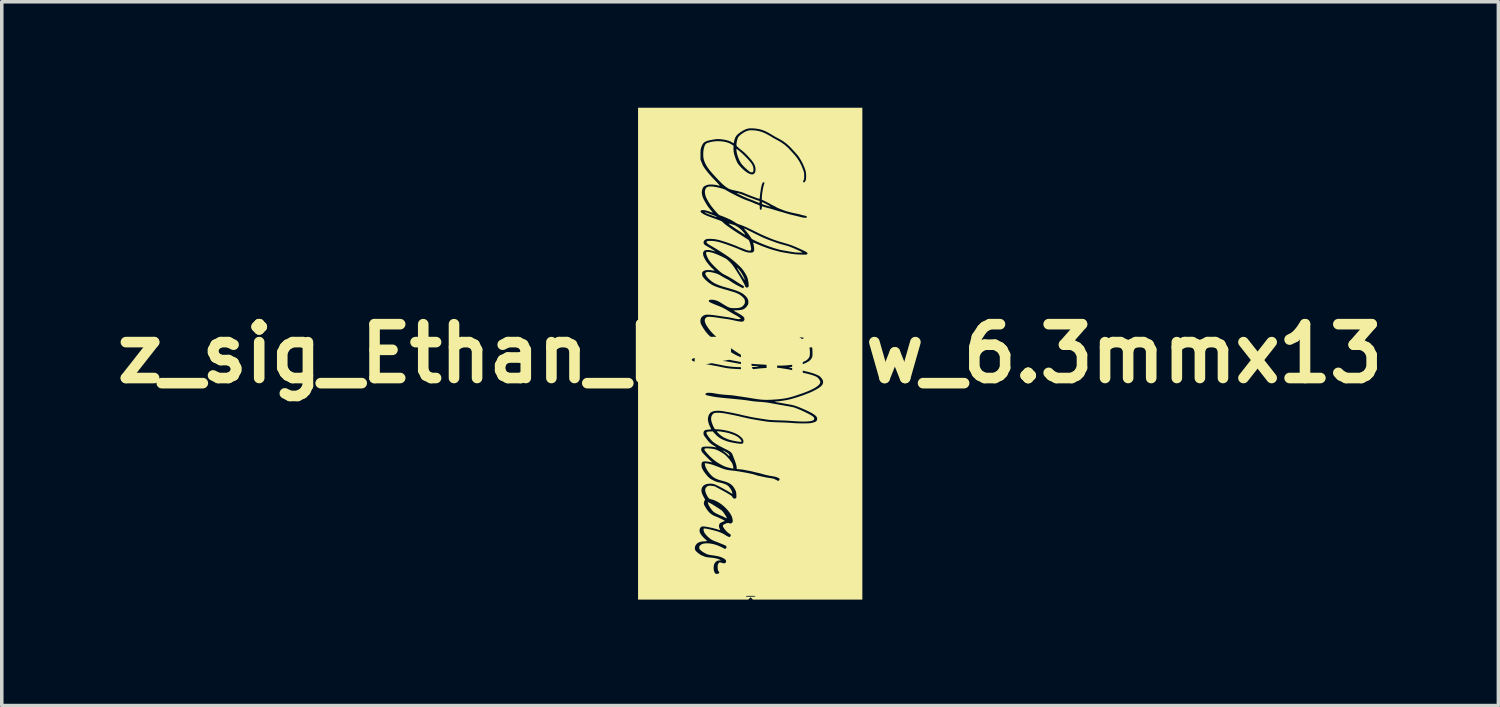
<source format=kicad_pcb>
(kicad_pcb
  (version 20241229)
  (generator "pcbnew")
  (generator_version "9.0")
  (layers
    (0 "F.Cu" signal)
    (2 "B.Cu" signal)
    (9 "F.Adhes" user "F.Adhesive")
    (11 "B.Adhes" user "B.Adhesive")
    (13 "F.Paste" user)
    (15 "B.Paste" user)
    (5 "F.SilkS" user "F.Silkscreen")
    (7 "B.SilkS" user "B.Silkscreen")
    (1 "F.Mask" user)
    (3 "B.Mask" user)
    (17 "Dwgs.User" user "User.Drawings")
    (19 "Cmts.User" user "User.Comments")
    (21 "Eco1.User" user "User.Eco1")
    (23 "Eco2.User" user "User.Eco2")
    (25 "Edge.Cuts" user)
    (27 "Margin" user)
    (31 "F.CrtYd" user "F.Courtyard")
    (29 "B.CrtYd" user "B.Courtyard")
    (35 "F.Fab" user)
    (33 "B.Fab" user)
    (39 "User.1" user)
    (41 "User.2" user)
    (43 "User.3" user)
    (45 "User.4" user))
  (footprint "z_sig_Ethan_Medrow_6.3mmx13"
    (layer "F.Cu")
    (at 18.186 6.963)
    (property "Reference" "z_sig_Ethan_Medrow_6.3mmx13" (at 0 0 0) (layer "F.SilkS") (effects (font (size 1.524 1.524) (thickness 0.3))))
    (attr board_only exclude_from_pos_files exclude_from_bom)
    (fp_poly (pts (xy 0.02 6.958) (xy 0.019 6.963) (xy 0.015 6.963) (xy 0.009 6.96) (xy 0.01 6.958) (xy 0.019 6.957)) (stroke (width 0) (type solid)) (fill yes) (layer "F.SilkS"))
    (fp_poly (pts (xy -0.767 2.743) (xy -0.764 2.744) (xy -0.74 2.753) (xy -0.711 2.769) (xy -0.678 2.788) (xy -0.647 2.808) (xy -0.62 2.828) (xy -0.602 2.844) (xy -0.598 2.849) (xy -0.587 2.871) (xy -0.583 2.888) (xy -0.586 2.898) (xy -0.589 2.899) (xy -0.597 2.894) (xy -0.612 2.88) (xy -0.631 2.862) (xy -0.632 2.86) (xy -0.659 2.836) (xy -0.69 2.809) (xy -0.719 2.787) (xy -0.749 2.766) (xy -0.768 2.751) (xy -0.776 2.744) (xy -0.776 2.741)) (stroke (width 0) (type solid)) (fill yes) (layer "F.SilkS"))
    (fp_poly (pts (xy -1.261 -3.999) (xy -1.235 -3.992) (xy -1.204 -3.982) (xy -1.186 -3.975) (xy -1.144 -3.959) (xy -1.097 -3.941) (xy -1.054 -3.925) (xy -1.037 -3.919) (xy -1.005 -3.907) (xy -0.977 -3.895) (xy -0.957 -3.885) (xy -0.95 -3.881) (xy -0.942 -3.872) (xy -0.944 -3.869) (xy -0.958 -3.871) (xy -0.985 -3.879) (xy -1.018 -3.89) (xy -1.064 -3.906) (xy -1.112 -3.923) (xy -1.158 -3.941) (xy -1.2 -3.958) (xy -1.235 -3.972) (xy -1.259 -3.983) (xy -1.264 -3.985) (xy -1.281 -3.996) (xy -1.285 -4.001) (xy -1.278 -4.002)) (stroke (width 0) (type solid)) (fill yes) (layer "F.SilkS"))
    (fp_poly (pts (xy -0.362 -2.431) (xy -0.348 -2.419) (xy -0.33 -2.399) (xy -0.31 -2.376) (xy -0.29 -2.351) (xy -0.272 -2.328) (xy -0.261 -2.312) (xy -0.232 -2.265) (xy -0.206 -2.22) (xy -0.184 -2.178) (xy -0.168 -2.143) (xy -0.157 -2.115) (xy -0.153 -2.096) (xy -0.155 -2.091) (xy -0.16 -2.094) (xy -0.169 -2.105) (xy -0.176 -2.118) (xy -0.191 -2.14) (xy -0.21 -2.17) (xy -0.232 -2.205) (xy -0.247 -2.229) (xy -0.287 -2.291) (xy -0.319 -2.342) (xy -0.343 -2.383) (xy -0.359 -2.412) (xy -0.368 -2.429) (xy -0.368 -2.434)) (stroke (width 0) (type solid)) (fill yes) (layer "F.SilkS"))
    (fp_poly (pts (xy 0.352 -4.288) (xy 0.373 -4.278) (xy 0.402 -4.265) (xy 0.436 -4.248) (xy 0.471 -4.229) (xy 0.505 -4.211) (xy 0.534 -4.194) (xy 0.557 -4.181) (xy 0.57 -4.172) (xy 0.572 -4.17) (xy 0.574 -4.166) (xy 0.571 -4.164) (xy 0.561 -4.166) (xy 0.542 -4.171) (xy 0.511 -4.179) (xy 0.511 -4.18) (xy 0.476 -4.19) (xy 0.436 -4.202) (xy 0.398 -4.215) (xy 0.397 -4.215) (xy 0.368 -4.225) (xy 0.35 -4.233) (xy 0.34 -4.24) (xy 0.336 -4.25) (xy 0.334 -4.263) (xy 0.335 -4.283) (xy 0.34 -4.291) (xy 0.341 -4.291)) (stroke (width 0) (type solid)) (fill yes) (layer "F.SilkS"))
    (fp_poly (pts (xy -0.588 -3.681) (xy -0.56 -3.674) (xy -0.54 -3.668) (xy -0.507 -3.658) (xy -0.475 -3.649) (xy -0.451 -3.642) (xy -0.449 -3.641) (xy -0.421 -3.63) (xy -0.386 -3.61) (xy -0.347 -3.585) (xy -0.307 -3.556) (xy -0.269 -3.526) (xy -0.238 -3.496) (xy -0.238 -3.496) (xy -0.205 -3.461) (xy -0.177 -3.429) (xy -0.156 -3.402) (xy -0.142 -3.382) (xy -0.137 -3.37) (xy -0.137 -3.369) (xy -0.144 -3.37) (xy -0.161 -3.378) (xy -0.184 -3.392) (xy -0.201 -3.402) (xy -0.233 -3.424) (xy -0.273 -3.449) (xy -0.313 -3.476) (xy -0.337 -3.491) (xy -0.376 -3.517) (xy -0.423 -3.549) (xy -0.473 -3.583) (xy -0.522 -3.617) (xy -0.566 -3.647) (xy -0.59 -3.665) (xy -0.603 -3.676) (xy -0.603 -3.681)) (stroke (width 0) (type solid)) (fill yes) (layer "F.SilkS"))
    (fp_poly (pts (xy -0.882 2.2) (xy -0.844 2.204) (xy -0.801 2.21) (xy -0.753 2.218) (xy -0.705 2.227) (xy -0.657 2.237) (xy -0.613 2.248) (xy -0.597 2.252) (xy -0.539 2.27) (xy -0.482 2.29) (xy -0.431 2.311) (xy -0.389 2.332) (xy -0.371 2.342) (xy -0.334 2.369) (xy -0.3 2.398) (xy -0.272 2.428) (xy -0.252 2.456) (xy -0.243 2.48) (xy -0.242 2.486) (xy -0.249 2.494) (xy -0.27 2.497) (xy -0.304 2.495) (xy -0.348 2.489) (xy -0.435 2.473) (xy -0.51 2.457) (xy -0.575 2.44) (xy -0.634 2.42) (xy -0.688 2.398) (xy -0.741 2.373) (xy -0.768 2.358) (xy -0.791 2.343) (xy -0.818 2.323) (xy -0.848 2.299) (xy -0.877 2.273) (xy -0.902 2.249) (xy -0.923 2.227) (xy -0.936 2.211) (xy -0.938 2.204) (xy -0.931 2.2) (xy -0.912 2.199)) (stroke (width 0) (type solid)) (fill yes) (layer "F.SilkS"))
    (fp_poly (pts (xy -0.356 -4.546) (xy -0.327 -4.539) (xy -0.291 -4.528) (xy -0.252 -4.516) (xy -0.212 -4.501) (xy -0.175 -4.487) (xy -0.155 -4.479) (xy -0.12 -4.464) (xy -0.078 -4.447) (xy -0.035 -4.43) (xy -0.019 -4.424) (xy 0.017 -4.411) (xy 0.053 -4.398) (xy 0.083 -4.387) (xy 0.095 -4.382) (xy 0.119 -4.372) (xy 0.153 -4.36) (xy 0.189 -4.348) (xy 0.202 -4.344) (xy 0.272 -4.321) (xy 0.272 -4.295) (xy 0.27 -4.276) (xy 0.263 -4.269) (xy 0.263 -4.269) (xy 0.252 -4.272) (xy 0.231 -4.279) (xy 0.204 -4.29) (xy 0.189 -4.296) (xy 0.16 -4.308) (xy 0.121 -4.324) (xy 0.076 -4.342) (xy 0.028 -4.36) (xy -0.008 -4.374) (xy -0.062 -4.395) (xy -0.116 -4.417) (xy -0.169 -4.44) (xy -0.219 -4.462) (xy -0.265 -4.484) (xy -0.305 -4.503) (xy -0.338 -4.52) (xy -0.362 -4.533) (xy -0.375 -4.543) (xy -0.377 -4.548) (xy -0.374 -4.549)) (stroke (width 0) (type solid)) (fill yes) (layer "F.SilkS"))
    (fp_poly (pts (xy -0.372 -5.792) (xy -0.352 -5.778) (xy -0.324 -5.756) (xy -0.29 -5.728) (xy -0.253 -5.696) (xy -0.214 -5.66) (xy -0.174 -5.622) (xy -0.135 -5.584) (xy -0.126 -5.575) (xy -0.067 -5.514) (xy -0.02 -5.461) (xy 0.019 -5.415) (xy 0.048 -5.374) (xy 0.069 -5.336) (xy 0.084 -5.3) (xy 0.092 -5.265) (xy 0.096 -5.23) (xy 0.096 -5.189) (xy 0.092 -5.161) (xy 0.081 -5.144) (xy 0.064 -5.135) (xy 0.053 -5.133) (xy 0.021 -5.138) (xy -0.007 -5.15) (xy -0.03 -5.167) (xy -0.061 -5.192) (xy -0.097 -5.223) (xy -0.134 -5.257) (xy -0.171 -5.293) (xy -0.203 -5.327) (xy -0.229 -5.357) (xy -0.254 -5.39) (xy -0.276 -5.424) (xy -0.297 -5.462) (xy -0.316 -5.506) (xy -0.337 -5.559) (xy -0.359 -5.624) (xy -0.36 -5.627) (xy -0.368 -5.655) (xy -0.375 -5.687) (xy -0.381 -5.72) (xy -0.385 -5.751) (xy -0.387 -5.776) (xy -0.386 -5.793) (xy -0.383 -5.797)) (stroke (width 0) (type solid)) (fill yes) (layer "F.SilkS"))
    (fp_poly (pts (xy -1.197 2.681) (xy -1.174 2.683) (xy -1.104 2.688) (xy -1.046 2.696) (xy -0.995 2.707) (xy -0.948 2.723) (xy -0.901 2.744) (xy -0.859 2.766) (xy -0.821 2.788) (xy -0.783 2.811) (xy -0.75 2.833) (xy -0.726 2.85) (xy -0.726 2.85) (xy -0.685 2.885) (xy -0.64 2.931) (xy -0.594 2.982) (xy -0.551 3.038) (xy -0.54 3.052) (xy -0.518 3.085) (xy -0.502 3.113) (xy -0.492 3.141) (xy -0.483 3.173) (xy -0.475 3.212) (xy -0.473 3.237) (xy -0.475 3.251) (xy -0.482 3.254) (xy -0.492 3.252) (xy -0.513 3.248) (xy -0.541 3.242) (xy -0.556 3.239) (xy -0.611 3.226) (xy -0.658 3.213) (xy -0.702 3.199) (xy -0.745 3.181) (xy -0.79 3.159) (xy -0.841 3.131) (xy -0.9 3.096) (xy -0.916 3.086) (xy -0.972 3.048) (xy -1.032 3.002) (xy -1.093 2.949) (xy -1.151 2.893) (xy -1.167 2.876) (xy -1.214 2.825) (xy -1.251 2.783) (xy -1.276 2.749) (xy -1.291 2.723) (xy -1.294 2.705) (xy -1.286 2.692) (xy -1.267 2.684) (xy -1.238 2.681)) (stroke (width 0) (type solid)) (fill yes) (layer "F.SilkS"))
    (fp_poly (pts (xy -1.183 4.208) (xy -1.163 4.216) (xy -1.135 4.23) (xy -1.1 4.249) (xy -1.061 4.272) (xy -1.019 4.297) (xy -0.982 4.321) (xy -0.926 4.356) (xy -0.882 4.385) (xy -0.848 4.408) (xy -0.823 4.425) (xy -0.806 4.437) (xy -0.794 4.446) (xy -0.787 4.452) (xy -0.784 4.456) (xy -0.774 4.47) (xy -0.764 4.481) (xy -0.753 4.494) (xy -0.738 4.516) (xy -0.721 4.542) (xy -0.718 4.546) (xy -0.702 4.572) (xy -0.687 4.594) (xy -0.678 4.608) (xy -0.677 4.609) (xy -0.669 4.623) (xy -0.663 4.64) (xy -0.66 4.655) (xy -0.662 4.662) (xy -0.663 4.662) (xy -0.673 4.658) (xy -0.692 4.649) (xy -0.717 4.636) (xy -0.727 4.631) (xy -0.76 4.614) (xy -0.796 4.597) (xy -0.827 4.584) (xy -0.829 4.583) (xy -0.864 4.569) (xy -0.903 4.551) (xy -0.943 4.531) (xy -0.98 4.512) (xy -1.009 4.495) (xy -1.026 4.484) (xy -1.05 4.461) (xy -1.077 4.432) (xy -1.103 4.397) (xy -1.129 4.36) (xy -1.152 4.322) (xy -1.172 4.286) (xy -1.186 4.254) (xy -1.194 4.228) (xy -1.194 4.211) (xy -1.192 4.207)) (stroke (width 0) (type solid)) (fill yes) (layer "F.SilkS"))
    (fp_poly (pts (xy -1.164 0.162) (xy -1.103 0.166) (xy -1.038 0.171) (xy -0.967 0.178) (xy -0.888 0.188) (xy -0.798 0.201) (xy -0.696 0.216) (xy -0.64 0.224) (xy -0.612 0.229) (xy -0.572 0.236) (xy -0.523 0.245) (xy -0.467 0.255) (xy -0.409 0.266) (xy -0.352 0.277) (xy -0.252 0.296) (xy -0.165 0.312) (xy -0.088 0.325) (xy -0.021 0.335) (xy 0.039 0.343) (xy 0.094 0.349) (xy 0.14 0.352) (xy 0.187 0.355) (xy 0.219 0.359) (xy 0.236 0.362) (xy 0.24 0.365) (xy 0.231 0.368) (xy 0.208 0.371) (xy 0.173 0.374) (xy 0.125 0.377) (xy 0.066 0.379) (xy -0.004 0.38) (xy -0.064 0.381) (xy -0.125 0.382) (xy -0.183 0.382) (xy -0.237 0.382) (xy -0.283 0.382) (xy -0.32 0.382) (xy -0.345 0.381) (xy -0.348 0.381) (xy -0.435 0.376) (xy -0.513 0.37) (xy -0.586 0.362) (xy -0.659 0.352) (xy -0.737 0.338) (xy -0.824 0.321) (xy -0.836 0.318) (xy -0.877 0.31) (xy -0.928 0.3) (xy -0.986 0.289) (xy -1.046 0.277) (xy -1.104 0.266) (xy -1.113 0.265) (xy -1.166 0.255) (xy -1.218 0.245) (xy -1.266 0.236) (xy -1.307 0.228) (xy -1.336 0.221) (xy -1.343 0.22) (xy -1.38 0.211) (xy -1.418 0.203) (xy -1.45 0.196) (xy -1.451 0.196) (xy -1.481 0.189) (xy -1.496 0.182) (xy -1.497 0.176) (xy -1.488 0.172) (xy -1.478 0.17) (xy -1.454 0.168) (xy -1.421 0.166) (xy -1.381 0.164) (xy -1.339 0.162) (xy -1.28 0.161) (xy -1.222 0.161)) (stroke (width 0) (type solid)) (fill yes) (layer "F.SilkS"))
    (fp_poly (pts (xy -0.164 -3.545) (xy -0.145 -3.536) (xy -0.115 -3.523) (xy -0.076 -3.504) (xy -0.029 -3.481) (xy 0.023 -3.456) (xy 0.08 -3.427) (xy 0.084 -3.425) (xy 0.165 -3.384) (xy 0.236 -3.35) (xy 0.298 -3.32) (xy 0.355 -3.293) (xy 0.41 -3.269) (xy 0.464 -3.247) (xy 0.522 -3.224) (xy 0.584 -3.201) (xy 0.655 -3.175) (xy 0.666 -3.171) (xy 0.716 -3.153) (xy 0.762 -3.137) (xy 0.807 -3.122) (xy 0.853 -3.108) (xy 0.904 -3.093) (xy 0.963 -3.077) (xy 1.033 -3.058) (xy 1.051 -3.053) (xy 1.075 -3.046) (xy 1.107 -3.034) (xy 1.147 -3.019) (xy 1.192 -3.001) (xy 1.24 -2.981) (xy 1.288 -2.96) (xy 1.335 -2.94) (xy 1.379 -2.92) (xy 1.418 -2.902) (xy 1.45 -2.887) (xy 1.472 -2.875) (xy 1.483 -2.868) (xy 1.483 -2.867) (xy 1.476 -2.865) (xy 1.457 -2.863) (xy 1.43 -2.862) (xy 1.397 -2.862) (xy 1.361 -2.863) (xy 1.326 -2.864) (xy 1.296 -2.865) (xy 1.283 -2.866) (xy 1.273 -2.867) (xy 1.259 -2.869) (xy 1.239 -2.872) (xy 1.213 -2.876) (xy 1.18 -2.882) (xy 1.137 -2.889) (xy 1.083 -2.898) (xy 1.017 -2.91) (xy 0.938 -2.923) (xy 0.927 -2.925) (xy 0.848 -2.941) (xy 0.759 -2.965) (xy 0.662 -2.994) (xy 0.559 -3.028) (xy 0.454 -3.066) (xy 0.349 -3.107) (xy 0.246 -3.151) (xy 0.149 -3.196) (xy 0.113 -3.214) (xy 0.08 -3.231) (xy 0.057 -3.245) (xy 0.042 -3.259) (xy 0.03 -3.276) (xy 0.028 -3.279) (xy 0.012 -3.304) (xy -0.011 -3.337) (xy -0.039 -3.376) (xy -0.069 -3.415) (xy -0.099 -3.453) (xy -0.125 -3.486) (xy -0.14 -3.503) (xy -0.157 -3.523) (xy -0.168 -3.539) (xy -0.172 -3.547) (xy -0.172 -3.547)) (stroke (width 0) (type solid)) (fill yes) (layer "F.SilkS"))
    (fp_poly (pts (xy 3.179 6.963) (xy 0.08 6.963) (xy 0.015 6.899) (xy -0.017 6.931) (xy -0.05 6.963) (xy -3.171 6.963) (xy -3.171 6.868) (xy -0.121 6.868) (xy -0.119 6.873) (xy -0.112 6.876) (xy -0.098 6.878) (xy -0.075 6.879) (xy -0.041 6.88) (xy 0.006 6.88) (xy 0.015 6.88) (xy 0.064 6.88) (xy 0.1 6.879) (xy 0.125 6.878) (xy 0.141 6.876) (xy 0.149 6.873) (xy 0.151 6.869) (xy 0.151 6.868) (xy 0.149 6.864) (xy 0.142 6.861) (xy 0.128 6.859) (xy 0.105 6.858) (xy 0.071 6.857) (xy 0.024 6.857) (xy 0.015 6.857) (xy -0.034 6.857) (xy -0.07 6.858) (xy -0.095 6.859) (xy -0.11 6.861) (xy -0.118 6.864) (xy -0.121 6.868) (xy -0.121 6.868) (xy -3.171 6.868) (xy -3.171 0.174) (xy -1.65 0.174) (xy -1.646 0.188) (xy -1.633 0.2) (xy -1.608 0.212) (xy -1.596 0.216) (xy -1.567 0.225) (xy -1.524 0.237) (xy -1.468 0.25) (xy -1.402 0.264) (xy -1.326 0.28) (xy -1.242 0.297) (xy -1.151 0.315) (xy -1.054 0.333) (xy -0.969 0.348) (xy -0.926 0.356) (xy -0.881 0.365) (xy -0.84 0.374) (xy -0.825 0.377) (xy -0.765 0.39) (xy -0.708 0.401) (xy -0.651 0.411) (xy -0.591 0.418) (xy -0.526 0.425) (xy -0.453 0.43) (xy -0.371 0.435) (xy -0.276 0.439) (xy -0.261 0.439) (xy -0.186 0.442) (xy -0.123 0.444) (xy -0.069 0.445) (xy -0.021 0.444) (xy 0.025 0.443) (xy 0.072 0.44) (xy 0.123 0.435) (xy 0.181 0.429) (xy 0.235 0.423) (xy 0.291 0.417) (xy 0.355 0.412) (xy 0.423 0.408) (xy 0.493 0.404) (xy 0.563 0.402) (xy 0.631 0.4) (xy 0.694 0.399) (xy 0.749 0.4) (xy 0.796 0.401) (xy 0.83 0.404) (xy 0.84 0.405) (xy 0.869 0.41) (xy 0.908 0.416) (xy 0.953 0.423) (xy 0.999 0.43) (xy 1.01 0.432) (xy 1.062 0.44) (xy 1.119 0.451) (xy 1.176 0.463) (xy 1.224 0.475) (xy 1.226 0.475) (xy 1.268 0.486) (xy 1.31 0.496) (xy 1.347 0.505) (xy 1.374 0.511) (xy 1.376 0.512) (xy 1.402 0.518) (xy 1.421 0.523) (xy 1.429 0.525) (xy 1.438 0.528) (xy 1.459 0.533) (xy 1.489 0.539) (xy 1.527 0.547) (xy 1.55 0.552) (xy 1.624 0.569) (xy 1.697 0.588) (xy 1.766 0.609) (xy 1.826 0.631) (xy 1.867 0.648) (xy 1.911 0.676) (xy 1.949 0.716) (xy 1.977 0.761) (xy 1.987 0.783) (xy 1.989 0.8) (xy 1.985 0.819) (xy 1.984 0.824) (xy 1.972 0.854) (xy 1.951 0.881) (xy 1.921 0.909) (xy 1.881 0.938) (xy 1.839 0.966) (xy 1.793 0.992) (xy 1.744 1.017) (xy 1.69 1.042) (xy 1.628 1.068) (xy 1.557 1.096) (xy 1.475 1.126) (xy 1.38 1.158) (xy 1.366 1.163) (xy 1.271 1.195) (xy 1.185 1.221) (xy 1.106 1.242) (xy 1.03 1.259) (xy 0.954 1.272) (xy 0.873 1.283) (xy 0.784 1.292) (xy 0.7 1.298) (xy 0.612 1.304) (xy 0.534 1.307) (xy 0.462 1.308) (xy 0.394 1.306) (xy 0.325 1.302) (xy 0.254 1.294) (xy 0.177 1.284) (xy 0.09 1.27) (xy 0.03 1.26) (xy 0.005 1.255) (xy -0.032 1.249) (xy -0.079 1.242) (xy -0.132 1.234) (xy -0.189 1.226) (xy -0.238 1.218) (xy -0.293 1.21) (xy -0.344 1.203) (xy -0.388 1.196) (xy -0.424 1.191) (xy -0.449 1.187) (xy -0.462 1.185) (xy -0.462 1.185) (xy -0.475 1.183) (xy -0.501 1.18) (xy -0.536 1.177) (xy -0.579 1.174) (xy -0.626 1.17) (xy -0.632 1.17) (xy -0.708 1.164) (xy -0.772 1.158) (xy -0.828 1.152) (xy -0.88 1.145) (xy -0.931 1.137) (xy -0.986 1.128) (xy -0.991 1.127) (xy -1.067 1.114) (xy -1.132 1.108) (xy -1.184 1.107) (xy -1.223 1.112) (xy -1.249 1.123) (xy -1.262 1.139) (xy -1.262 1.143) (xy -1.262 1.154) (xy -1.258 1.162) (xy -1.248 1.17) (xy -1.229 1.177) (xy -1.202 1.184) (xy -1.162 1.193) (xy -1.114 1.203) (xy -1.064 1.213) (xy -1.013 1.222) (xy -0.96 1.23) (xy -0.902 1.237) (xy -0.836 1.245) (xy -0.761 1.252) (xy -0.674 1.261) (xy -0.64 1.264) (xy -0.503 1.277) (xy -0.379 1.289) (xy -0.27 1.3) (xy -0.174 1.311) (xy -0.093 1.321) (xy -0.026 1.331) (xy 0.007 1.336) (xy 0.06 1.344) (xy 0.123 1.352) (xy 0.188 1.358) (xy 0.252 1.363) (xy 0.257 1.363) (xy 0.336 1.368) (xy 0.406 1.375) (xy 0.473 1.383) (xy 0.545 1.394) (xy 0.598 1.403) (xy 0.661 1.415) (xy 0.734 1.428) (xy 0.815 1.443) (xy 0.9 1.458) (xy 0.985 1.473) (xy 1.028 1.48) (xy 1.077 1.489) (xy 1.125 1.498) (xy 1.168 1.506) (xy 1.203 1.513) (xy 1.225 1.518) (xy 1.262 1.529) (xy 1.308 1.546) (xy 1.361 1.567) (xy 1.419 1.591) (xy 1.479 1.618) (xy 1.54 1.646) (xy 1.599 1.675) (xy 1.653 1.703) (xy 1.702 1.729) (xy 1.741 1.752) (xy 1.77 1.772) (xy 1.781 1.781) (xy 1.801 1.8) (xy 1.812 1.814) (xy 1.815 1.828) (xy 1.815 1.844) (xy 1.811 1.864) (xy 1.802 1.877) (xy 1.783 1.889) (xy 1.752 1.901) (xy 1.707 1.911) (xy 1.649 1.917) (xy 1.579 1.921) (xy 1.498 1.922) (xy 1.408 1.92) (xy 1.309 1.915) (xy 1.202 1.908) (xy 1.197 1.907) (xy 1.134 1.903) (xy 1.062 1.898) (xy 0.985 1.894) (xy 0.91 1.891) (xy 0.842 1.889) (xy 0.83 1.888) (xy 0.772 1.887) (xy 0.714 1.885) (xy 0.659 1.882) (xy 0.61 1.88) (xy 0.572 1.877) (xy 0.556 1.876) (xy 0.526 1.873) (xy 0.485 1.867) (xy 0.435 1.86) (xy 0.378 1.851) (xy 0.317 1.842) (xy 0.255 1.832) (xy 0.193 1.822) (xy 0.134 1.812) (xy 0.08 1.803) (xy 0.035 1.794) (xy -0.001 1.787) (xy -0.023 1.782) (xy -0.048 1.776) (xy -0.083 1.768) (xy -0.122 1.76) (xy -0.144 1.756) (xy -0.184 1.747) (xy -0.225 1.738) (xy -0.262 1.729) (xy -0.276 1.725) (xy -0.308 1.717) (xy -0.352 1.707) (xy -0.405 1.696) (xy -0.465 1.684) (xy -0.528 1.671) (xy -0.592 1.659) (xy -0.654 1.648) (xy -0.711 1.638) (xy -0.76 1.629) (xy -0.798 1.624) (xy -0.803 1.623) (xy -0.892 1.616) (xy -0.97 1.618) (xy -1.037 1.63) (xy -1.091 1.651) (xy -1.127 1.677) (xy -1.156 1.715) (xy -1.178 1.763) (xy -1.191 1.818) (xy -1.193 1.839) (xy -1.192 1.887) (xy -1.181 1.942) (xy -1.162 2.002) (xy -1.137 2.062) (xy -1.127 2.081) (xy -1.114 2.107) (xy -1.105 2.128) (xy -1.102 2.14) (xy -1.102 2.141) (xy -1.111 2.144) (xy -1.131 2.146) (xy -1.16 2.149) (xy -1.181 2.15) (xy -1.232 2.156) (xy -1.269 2.166) (xy -1.295 2.182) (xy -1.311 2.206) (xy -1.318 2.238) (xy -1.318 2.255) (xy -1.317 2.278) (xy -1.313 2.298) (xy -1.304 2.317) (xy -1.288 2.341) (xy -1.27 2.364) (xy -1.25 2.39) (xy -1.226 2.422) (xy -1.203 2.452) (xy -1.202 2.454) (xy -1.154 2.51) (xy -1.095 2.56) (xy -1.023 2.607) (xy -1.02 2.609) (xy -0.991 2.627) (xy -0.971 2.642) (xy -0.961 2.651) (xy -0.962 2.656) (xy -0.974 2.654) (xy -1.019 2.643) (xy -1.069 2.636) (xy -1.128 2.632) (xy -1.199 2.631) (xy -1.2 2.631) (xy -1.254 2.631) (xy -1.295 2.633) (xy -1.326 2.637) (xy -1.347 2.644) (xy -1.362 2.654) (xy -1.372 2.668) (xy -1.377 2.68) (xy -1.383 2.702) (xy -1.384 2.722) (xy -1.38 2.743) (xy -1.37 2.765) (xy -1.353 2.792) (xy -1.327 2.823) (xy -1.292 2.861) (xy -1.247 2.908) (xy -1.237 2.919) (xy -1.201 2.955) (xy -1.167 2.988) (xy -1.137 3.017) (xy -1.114 3.04) (xy -1.098 3.054) (xy -1.094 3.057) (xy -1.081 3.068) (xy -1.075 3.075) (xy -1.075 3.076) (xy -1.084 3.076) (xy -1.103 3.073) (xy -1.13 3.067) (xy -1.143 3.065) (xy -1.187 3.057) (xy -1.232 3.052) (xy -1.274 3.05) (xy -1.309 3.052) (xy -1.336 3.057) (xy -1.345 3.061) (xy -1.363 3.083) (xy -1.373 3.116) (xy -1.376 3.159) (xy -1.375 3.176) (xy -1.368 3.214) (xy -1.355 3.253) (xy -1.334 3.295) (xy -1.305 3.341) (xy -1.265 3.395) (xy -1.241 3.425) (xy -1.202 3.471) (xy -1.166 3.507) (xy -1.129 3.537) (xy -1.087 3.564) (xy -1.036 3.59) (xy -0.994 3.61) (xy -0.959 3.625) (xy -0.926 3.635) (xy -0.89 3.644) (xy -0.862 3.649) (xy -0.8 3.663) (xy -0.741 3.681) (xy -0.688 3.702) (xy -0.645 3.726) (xy -0.614 3.75) (xy -0.612 3.752) (xy -0.571 3.801) (xy -0.538 3.851) (xy -0.516 3.898) (xy -0.514 3.902) (xy -0.504 3.936) (xy -0.5 3.956) (xy -0.504 3.965) (xy -0.518 3.961) (xy -0.541 3.948) (xy -0.558 3.937) (xy -0.575 3.926) (xy -0.594 3.914) (xy -0.618 3.9) (xy -0.647 3.883) (xy -0.683 3.863) (xy -0.728 3.838) (xy -0.784 3.808) (xy -0.851 3.772) (xy -0.864 3.765) (xy -0.926 3.733) (xy -0.979 3.709) (xy -1.026 3.693) (xy -1.069 3.683) (xy -1.113 3.68) (xy -1.155 3.68) (xy -1.221 3.69) (xy -1.276 3.709) (xy -1.319 3.737) (xy -1.351 3.775) (xy -1.366 3.808) (xy -1.376 3.848) (xy -1.377 3.889) (xy -1.368 3.935) (xy -1.35 3.985) (xy -1.321 4.044) (xy -1.31 4.064) (xy -1.272 4.132) (xy -1.287 4.158) (xy -1.297 4.182) (xy -1.305 4.211) (xy -1.307 4.222) (xy -1.308 4.242) (xy -1.307 4.258) (xy -1.301 4.277) (xy -1.289 4.301) (xy -1.279 4.319) (xy -1.233 4.396) (xy -1.187 4.459) (xy -1.139 4.511) (xy -1.086 4.552) (xy -1.028 4.586) (xy -0.983 4.605) (xy -0.942 4.621) (xy -0.899 4.639) (xy -0.856 4.659) (xy -0.815 4.678) (xy -0.779 4.696) (xy -0.749 4.711) (xy -0.729 4.724) (xy -0.719 4.731) (xy -0.719 4.732) (xy -0.725 4.739) (xy -0.732 4.743) (xy -0.753 4.751) (xy -0.78 4.763) (xy -0.807 4.776) (xy -0.831 4.788) (xy -0.847 4.797) (xy -0.851 4.8) (xy -0.87 4.829) (xy -0.879 4.866) (xy -0.878 4.906) (xy -0.867 4.946) (xy -0.859 4.961) (xy -0.849 4.982) (xy -0.847 4.992) (xy -0.855 4.995) (xy -0.876 4.99) (xy -0.894 4.983) (xy -0.933 4.971) (xy -0.983 4.957) (xy -1.038 4.943) (xy -1.097 4.929) (xy -1.154 4.917) (xy -1.207 4.906) (xy -1.251 4.899) (xy -1.274 4.896) (xy -1.312 4.893) (xy -1.337 4.892) (xy -1.355 4.893) (xy -1.368 4.897) (xy -1.38 4.903) (xy -1.38 4.903) (xy -1.406 4.926) (xy -1.423 4.958) (xy -1.43 4.997) (xy -1.427 5.04) (xy -1.42 5.065) (xy -1.403 5.1) (xy -1.375 5.14) (xy -1.34 5.182) (xy -1.3 5.224) (xy -1.281 5.241) (xy -1.255 5.264) (xy -1.235 5.283) (xy -1.222 5.297) (xy -1.219 5.303) (xy -1.226 5.308) (xy -1.248 5.311) (xy -1.286 5.312) (xy -1.286 5.312) (xy -1.361 5.318) (xy -1.425 5.333) (xy -1.477 5.357) (xy -1.517 5.39) (xy -1.545 5.431) (xy -1.555 5.459) (xy -1.563 5.501) (xy -1.56 5.538) (xy -1.547 5.571) (xy -1.535 5.587) (xy -1.515 5.608) (xy -1.487 5.631) (xy -1.457 5.656) (xy -1.426 5.678) (xy -1.398 5.697) (xy -1.375 5.71) (xy -1.361 5.714) (xy -1.352 5.717) (xy -1.333 5.725) (xy -1.308 5.736) (xy -1.304 5.738) (xy -1.273 5.751) (xy -1.242 5.759) (xy -1.206 5.765) (xy -1.177 5.768) (xy -1.09 5.776) (xy -1.016 5.787) (xy -0.955 5.799) (xy -0.904 5.813) (xy -0.884 5.821) (xy -0.854 5.834) (xy -0.836 5.845) (xy -0.831 5.853) (xy -0.838 5.856) (xy -0.859 5.855) (xy -0.863 5.854) (xy -0.899 5.855) (xy -0.936 5.869) (xy -0.97 5.893) (xy -0.998 5.926) (xy -1.017 5.965) (xy -1.019 5.972) (xy -1.029 6.023) (xy -1.031 6.076) (xy -1.026 6.129) (xy -1.013 6.176) (xy -0.993 6.213) (xy -0.99 6.217) (xy -0.969 6.233) (xy -0.94 6.236) (xy -0.904 6.228) (xy -0.897 6.226) (xy -0.876 6.212) (xy -0.871 6.195) (xy -0.879 6.176) (xy -0.885 6.17) (xy -0.9 6.151) (xy -0.91 6.124) (xy -0.916 6.088) (xy -0.917 6.046) (xy -0.917 6.012) (xy -0.915 5.988) (xy -0.909 5.969) (xy -0.901 5.951) (xy -0.897 5.945) (xy -0.884 5.925) (xy -0.873 5.915) (xy -0.858 5.911) (xy -0.851 5.911) (xy -0.829 5.914) (xy -0.801 5.921) (xy -0.786 5.927) (xy -0.749 5.936) (xy -0.718 5.934) (xy -0.695 5.922) (xy -0.681 5.899) (xy -0.678 5.876) (xy -0.682 5.856) (xy -0.693 5.837) (xy -0.715 5.817) (xy -0.749 5.796) (xy -0.758 5.791) (xy -0.807 5.767) (xy -0.863 5.748) (xy -0.929 5.731) (xy -1.008 5.718) (xy -1.029 5.714) (xy -1.073 5.708) (xy -1.114 5.702) (xy -1.149 5.696) (xy -1.174 5.692) (xy -1.181 5.69) (xy -1.217 5.678) (xy -1.26 5.658) (xy -1.306 5.633) (xy -1.349 5.606) (xy -1.385 5.578) (xy -1.393 5.571) (xy -1.415 5.549) (xy -1.429 5.534) (xy -1.435 5.521) (xy -1.438 5.505) (xy -1.438 5.49) (xy -1.437 5.465) (xy -1.43 5.448) (xy -1.417 5.432) (xy -1.413 5.429) (xy -1.386 5.406) (xy -1.355 5.39) (xy -1.318 5.379) (xy -1.282 5.373) (xy -1.221 5.369) (xy -1.151 5.373) (xy -1.074 5.385) (xy -1.008 5.4) (xy -0.975 5.41) (xy -0.936 5.424) (xy -0.894 5.44) (xy -0.853 5.458) (xy -0.814 5.475) (xy -0.781 5.491) (xy -0.758 5.504) (xy -0.748 5.512) (xy -0.727 5.523) (xy -0.702 5.523) (xy -0.68 5.513) (xy -0.68 5.513) (xy -0.669 5.493) (xy -0.667 5.469) (xy -0.676 5.447) (xy -0.686 5.439) (xy -0.708 5.427) (xy -0.744 5.411) (xy -0.792 5.391) (xy -0.854 5.366) (xy -0.929 5.336) (xy -0.971 5.32) (xy -1.026 5.298) (xy -1.071 5.277) (xy -1.11 5.254) (xy -1.147 5.226) (xy -1.186 5.192) (xy -1.211 5.168) (xy -1.257 5.119) (xy -1.289 5.074) (xy -1.309 5.032) (xy -1.317 4.991) (xy -1.317 4.984) (xy -1.316 4.963) (xy -1.312 4.953) (xy -1.302 4.95) (xy -1.29 4.95) (xy -1.26 4.952) (xy -1.218 4.959) (xy -1.164 4.97) (xy -1.101 4.985) (xy -1.029 5.003) (xy -0.951 5.025) (xy -0.931 5.03) (xy -0.892 5.043) (xy -0.848 5.06) (xy -0.802 5.079) (xy -0.761 5.099) (xy -0.727 5.118) (xy -0.71 5.128) (xy -0.679 5.149) (xy -0.646 5.167) (xy -0.617 5.182) (xy -0.593 5.19) (xy -0.584 5.192) (xy -0.569 5.186) (xy -0.555 5.17) (xy -0.546 5.151) (xy -0.544 5.134) (xy -0.545 5.131) (xy -0.555 5.12) (xy -0.574 5.105) (xy -0.588 5.095) (xy -0.621 5.072) (xy -0.656 5.041) (xy -0.69 5.005) (xy -0.72 4.969) (xy -0.746 4.934) (xy -0.763 4.903) (xy -0.769 4.884) (xy -0.771 4.868) (xy -0.767 4.856) (xy -0.756 4.845) (xy -0.735 4.833) (xy -0.706 4.818) (xy -0.661 4.8) (xy -0.624 4.793) (xy -0.597 4.797) (xy -0.59 4.801) (xy -0.566 4.809) (xy -0.539 4.805) (xy -0.513 4.789) (xy -0.507 4.783) (xy -0.497 4.771) (xy -0.492 4.76) (xy -0.49 4.745) (xy -0.491 4.722) (xy -0.494 4.702) (xy -0.503 4.65) (xy -0.522 4.598) (xy -0.55 4.545) (xy -0.589 4.487) (xy -0.64 4.425) (xy -0.676 4.385) (xy -0.742 4.321) (xy -0.814 4.262) (xy -0.889 4.212) (xy -0.965 4.171) (xy -1.04 4.14) (xy -1.111 4.122) (xy -1.118 4.12) (xy -1.143 4.112) (xy -1.167 4.094) (xy -1.191 4.065) (xy -1.216 4.023) (xy -1.235 3.985) (xy -1.258 3.929) (xy -1.27 3.881) (xy -1.269 3.84) (xy -1.257 3.805) (xy -1.232 3.775) (xy -1.221 3.765) (xy -1.202 3.752) (xy -1.187 3.744) (xy -1.169 3.74) (xy -1.144 3.739) (xy -1.126 3.739) (xy -1.09 3.741) (xy -1.052 3.746) (xy -1.016 3.753) (xy -0.988 3.761) (xy -0.972 3.77) (xy -0.963 3.775) (xy -0.943 3.787) (xy -0.915 3.802) (xy -0.881 3.82) (xy -0.866 3.828) (xy -0.811 3.858) (xy -0.766 3.881) (xy -0.731 3.901) (xy -0.701 3.917) (xy -0.676 3.931) (xy -0.653 3.945) (xy -0.629 3.96) (xy -0.605 3.974) (xy -0.564 4) (xy -0.535 4.02) (xy -0.515 4.035) (xy -0.504 4.047) (xy -0.5 4.056) (xy -0.5 4.058) (xy -0.492 4.078) (xy -0.473 4.094) (xy -0.452 4.102) (xy -0.43 4.104) (xy -0.413 4.099) (xy -0.404 4.093) (xy -0.395 4.085) (xy -0.39 4.077) (xy -0.387 4.066) (xy -0.386 4.047) (xy -0.387 4.019) (xy -0.388 3.997) (xy -0.39 3.957) (xy -0.394 3.928) (xy -0.4 3.903) (xy -0.409 3.878) (xy -0.415 3.867) (xy -0.447 3.806) (xy -0.484 3.754) (xy -0.528 3.711) (xy -0.58 3.674) (xy -0.642 3.644) (xy -0.716 3.618) (xy -0.802 3.595) (xy -0.894 3.569) (xy -0.974 3.536) (xy -1.042 3.495) (xy -1.096 3.448) (xy -1.153 3.382) (xy -1.201 3.318) (xy -1.237 3.257) (xy -1.263 3.201) (xy -1.276 3.151) (xy -1.276 3.145) (xy -1.281 3.101) (xy -1.233 3.106) (xy -1.178 3.114) (xy -1.115 3.13) (xy -1.042 3.152) (xy -0.958 3.183) (xy -0.901 3.205) (xy -0.839 3.23) (xy -0.788 3.25) (xy -0.745 3.265) (xy -0.707 3.277) (xy -0.672 3.286) (xy -0.637 3.293) (xy -0.598 3.299) (xy -0.552 3.305) (xy -0.526 3.308) (xy -0.474 3.313) (xy -0.434 3.318) (xy -0.401 3.322) (xy -0.373 3.326) (xy -0.346 3.33) (xy -0.316 3.335) (xy -0.28 3.341) (xy -0.246 3.347) (xy -0.157 3.363) (xy -0.076 3.378) (xy -0.006 3.392) (xy 0.054 3.405) (xy 0.102 3.417) (xy 0.136 3.427) (xy 0.148 3.431) (xy 0.175 3.441) (xy 0.211 3.451) (xy 0.251 3.461) (xy 0.276 3.466) (xy 0.318 3.475) (xy 0.362 3.484) (xy 0.402 3.493) (xy 0.42 3.497) (xy 0.453 3.504) (xy 0.496 3.512) (xy 0.541 3.519) (xy 0.571 3.523) (xy 0.622 3.531) (xy 0.663 3.54) (xy 0.69 3.55) (xy 0.693 3.551) (xy 0.719 3.565) (xy 0.748 3.58) (xy 0.757 3.584) (xy 0.785 3.598) (xy 0.805 3.601) (xy 0.818 3.595) (xy 0.828 3.58) (xy 0.829 3.576) (xy 0.836 3.557) (xy 0.837 3.543) (xy 0.836 3.542) (xy 0.827 3.535) (xy 0.809 3.523) (xy 0.788 3.512) (xy 0.766 3.502) (xy 0.74 3.493) (xy 0.709 3.485) (xy 0.67 3.476) (xy 0.62 3.467) (xy 0.558 3.457) (xy 0.552 3.456) (xy 0.517 3.449) (xy 0.473 3.439) (xy 0.425 3.428) (xy 0.378 3.415) (xy 0.373 3.414) (xy 0.329 3.402) (xy 0.285 3.39) (xy 0.246 3.38) (xy 0.215 3.373) (xy 0.21 3.372) (xy 0.175 3.364) (xy 0.139 3.356) (xy 0.114 3.349) (xy 0.08 3.34) (xy 0.047 3.332) (xy 0.008 3.324) (xy -0.04 3.315) (xy -0.061 3.311) (xy -0.099 3.304) (xy -0.14 3.296) (xy -0.176 3.289) (xy -0.178 3.288) (xy -0.211 3.283) (xy -0.252 3.278) (xy -0.293 3.273) (xy -0.305 3.273) (xy -0.378 3.267) (xy -0.378 3.233) (xy -0.382 3.196) (xy -0.392 3.148) (xy -0.409 3.091) (xy -0.431 3.028) (xy -0.457 2.959) (xy -0.472 2.922) (xy -0.485 2.89) (xy -0.494 2.866) (xy -0.499 2.851) (xy -0.499 2.848) (xy -0.504 2.839) (xy -0.517 2.822) (xy -0.534 2.802) (xy -0.547 2.788) (xy -0.563 2.775) (xy -0.582 2.761) (xy -0.607 2.747) (xy -0.641 2.729) (xy -0.685 2.706) (xy -0.71 2.694) (xy -0.8 2.648) (xy -0.879 2.606) (xy -0.946 2.567) (xy -1.001 2.532) (xy -1.041 2.503) (xy -1.072 2.475) (xy -1.104 2.441) (xy -1.136 2.404) (xy -1.167 2.365) (xy -1.193 2.328) (xy -1.215 2.293) (xy -1.229 2.265) (xy -1.234 2.245) (xy -1.234 2.245) (xy -1.232 2.229) (xy -1.226 2.219) (xy -1.214 2.212) (xy -1.193 2.208) (xy -1.16 2.205) (xy -1.138 2.204) (xy -1.056 2.201) (xy -0.99 2.273) (xy -0.939 2.324) (xy -0.886 2.368) (xy -0.83 2.404) (xy -0.766 2.437) (xy -0.693 2.466) (xy -0.64 2.485) (xy -0.596 2.497) (xy -0.541 2.51) (xy -0.48 2.522) (xy -0.417 2.533) (xy -0.355 2.543) (xy -0.3 2.549) (xy -0.259 2.552) (xy -0.225 2.55) (xy -0.203 2.538) (xy -0.191 2.517) (xy -0.187 2.489) (xy -0.191 2.457) (xy -0.202 2.426) (xy -0.223 2.395) (xy -0.256 2.362) (xy -0.3 2.326) (xy -0.325 2.307) (xy -0.378 2.276) (xy -0.442 2.246) (xy -0.517 2.218) (xy -0.599 2.194) (xy -0.685 2.173) (xy -0.774 2.157) (xy -0.863 2.146) (xy -0.908 2.143) (xy -0.995 2.138) (xy -1.028 2.081) (xy -1.051 2.035) (xy -1.072 1.981) (xy -1.09 1.927) (xy -1.101 1.879) (xy -1.102 1.871) (xy -1.103 1.826) (xy -1.095 1.781) (xy -1.077 1.742) (xy -1.053 1.709) (xy -1.023 1.687) (xy -1.003 1.68) (xy -0.968 1.675) (xy -0.923 1.673) (xy -0.87 1.674) (xy -0.815 1.678) (xy -0.768 1.684) (xy -0.723 1.691) (xy -0.666 1.701) (xy -0.602 1.713) (xy -0.534 1.727) (xy -0.466 1.74) (xy -0.402 1.754) (xy -0.344 1.766) (xy -0.298 1.777) (xy -0.295 1.778) (xy -0.256 1.787) (xy -0.217 1.797) (xy -0.185 1.804) (xy -0.167 1.808) (xy -0.141 1.813) (xy -0.107 1.821) (xy -0.068 1.829) (xy -0.042 1.835) (xy -0.005 1.843) (xy 0.044 1.852) (xy 0.102 1.863) (xy 0.167 1.874) (xy 0.235 1.886) (xy 0.304 1.897) (xy 0.371 1.908) (xy 0.432 1.917) (xy 0.486 1.925) (xy 0.496 1.926) (xy 0.53 1.93) (xy 0.578 1.934) (xy 0.636 1.937) (xy 0.701 1.941) (xy 0.772 1.943) (xy 0.833 1.945) (xy 0.899 1.947) (xy 0.968 1.95) (xy 1.035 1.953) (xy 1.097 1.956) (xy 1.152 1.96) (xy 1.195 1.963) (xy 1.203 1.964) (xy 1.258 1.968) (xy 1.32 1.971) (xy 1.387 1.973) (xy 1.456 1.975) (xy 1.523 1.975) (xy 1.586 1.974) (xy 1.641 1.973) (xy 1.686 1.97) (xy 1.708 1.968) (xy 1.762 1.958) (xy 1.81 1.945) (xy 1.849 1.929) (xy 1.876 1.911) (xy 1.881 1.905) (xy 1.896 1.877) (xy 1.9 1.843) (xy 1.893 1.808) (xy 1.884 1.789) (xy 1.866 1.766) (xy 1.838 1.741) (xy 1.801 1.715) (xy 1.753 1.685) (xy 1.693 1.653) (xy 1.62 1.618) (xy 1.534 1.578) (xy 1.533 1.578) (xy 1.443 1.539) (xy 1.364 1.507) (xy 1.294 1.482) (xy 1.231 1.463) (xy 1.173 1.449) (xy 1.158 1.446) (xy 1.103 1.436) (xy 1.042 1.425) (xy 0.98 1.414) (xy 0.918 1.403) (xy 0.861 1.393) (xy 0.812 1.385) (xy 0.773 1.379) (xy 0.763 1.377) (xy 0.735 1.372) (xy 0.714 1.367) (xy 0.704 1.363) (xy 0.704 1.362) (xy 0.711 1.359) (xy 0.729 1.355) (xy 0.756 1.352) (xy 0.763 1.351) (xy 0.833 1.344) (xy 0.91 1.334) (xy 0.987 1.322) (xy 1.06 1.309) (xy 1.123 1.295) (xy 1.128 1.294) (xy 1.164 1.284) (xy 1.211 1.271) (xy 1.264 1.256) (xy 1.32 1.238) (xy 1.377 1.22) (xy 1.432 1.202) (xy 1.482 1.185) (xy 1.523 1.17) (xy 1.554 1.158) (xy 1.558 1.157) (xy 1.584 1.146) (xy 1.616 1.133) (xy 1.646 1.122) (xy 1.674 1.111) (xy 1.71 1.096) (xy 1.75 1.077) (xy 1.791 1.058) (xy 1.794 1.056) (xy 1.869 1.017) (xy 1.931 0.981) (xy 1.98 0.947) (xy 2.017 0.915) (xy 2.044 0.883) (xy 2.06 0.85) (xy 2.068 0.816) (xy 2.068 0.803) (xy 2.066 0.776) (xy 2.059 0.751) (xy 2.044 0.724) (xy 2.02 0.692) (xy 2.01 0.68) (xy 1.988 0.655) (xy 1.965 0.636) (xy 1.935 0.618) (xy 1.913 0.607) (xy 1.855 0.582) (xy 1.786 0.557) (xy 1.711 0.534) (xy 1.635 0.514) (xy 1.605 0.507) (xy 1.575 0.5) (xy 1.533 0.491) (xy 1.484 0.479) (xy 1.428 0.466) (xy 1.371 0.452) (xy 1.33 0.442) (xy 1.277 0.429) (xy 1.229 0.417) (xy 1.186 0.407) (xy 1.153 0.4) (xy 1.13 0.395) (xy 1.12 0.394) (xy 1.108 0.391) (xy 1.105 0.387) (xy 1.112 0.383) (xy 1.13 0.38) (xy 1.156 0.376) (xy 1.16 0.376) (xy 1.226 0.367) (xy 1.3 0.352) (xy 1.378 0.333) (xy 1.455 0.31) (xy 1.527 0.284) (xy 1.588 0.258) (xy 1.597 0.253) (xy 1.655 0.221) (xy 1.699 0.186) (xy 1.731 0.148) (xy 1.746 0.123) (xy 1.754 0.105) (xy 1.76 0.09) (xy 1.764 0.073) (xy 1.766 0.052) (xy 1.767 0.024) (xy 1.767 -0.015) (xy 1.767 -0.034) (xy 1.766 -0.097) (xy 1.762 -0.149) (xy 1.755 -0.192) (xy 1.743 -0.229) (xy 1.727 -0.265) (xy 1.712 -0.29) (xy 1.684 -0.328) (xy 1.645 -0.367) (xy 1.601 -0.403) (xy 1.557 -0.432) (xy 1.548 -0.437) (xy 1.51 -0.451) (xy 1.467 -0.459) (xy 1.422 -0.461) (xy 1.383 -0.456) (xy 1.367 -0.451) (xy 1.349 -0.442) (xy 1.342 -0.434) (xy 1.342 -0.421) (xy 1.343 -0.418) (xy 1.348 -0.402) (xy 1.351 -0.395) (xy 1.36 -0.395) (xy 1.378 -0.397) (xy 1.402 -0.401) (xy 1.432 -0.406) (xy 1.454 -0.407) (xy 1.476 -0.403) (xy 1.492 -0.398) (xy 1.545 -0.373) (xy 1.593 -0.337) (xy 1.632 -0.29) (xy 1.663 -0.235) (xy 1.683 -0.174) (xy 1.685 -0.163) (xy 1.69 -0.122) (xy 1.694 -0.076) (xy 1.695 -0.028) (xy 1.693 0.017) (xy 1.69 0.055) (xy 1.687 0.073) (xy 1.672 0.108) (xy 1.645 0.143) (xy 1.611 0.176) (xy 1.572 0.203) (xy 1.557 0.211) (xy 1.515 0.229) (xy 1.463 0.247) (xy 1.406 0.266) (xy 1.347 0.283) (xy 1.291 0.297) (xy 1.265 0.303) (xy 1.214 0.312) (xy 1.154 0.319) (xy 1.089 0.326) (xy 1.02 0.332) (xy 0.952 0.336) (xy 0.887 0.338) (xy 0.827 0.339) (xy 0.777 0.337) (xy 0.742 0.334) (xy 0.724 0.332) (xy 0.702 0.33) (xy 0.675 0.327) (xy 0.641 0.325) (xy 0.6 0.322) (xy 0.549 0.319) (xy 0.489 0.316) (xy 0.417 0.312) (xy 0.332 0.307) (xy 0.242 0.302) (xy 0.172 0.298) (xy 0.106 0.293) (xy 0.041 0.286) (xy -0.024 0.278) (xy -0.094 0.267) (xy -0.17 0.254) (xy -0.255 0.238) (xy -0.333 0.223) (xy -0.39 0.212) (xy -0.445 0.202) (xy -0.495 0.192) (xy -0.537 0.184) (xy -0.57 0.178) (xy -0.59 0.175) (xy -0.615 0.171) (xy -0.651 0.166) (xy -0.694 0.159) (xy -0.74 0.152) (xy -0.764 0.149) (xy -0.883 0.132) (xy -0.992 0.12) (xy -1.094 0.112) (xy -1.194 0.108) (xy -1.296 0.108) (xy -1.332 0.109) (xy -1.416 0.112) (xy -1.485 0.116) (xy -1.541 0.122) (xy -1.584 0.129) (xy -1.616 0.138) (xy -1.637 0.15) (xy -1.648 0.163) (xy -1.65 0.174) (xy -3.171 0.174) (xy -3.171 -0.903) (xy -1.406 -0.903) (xy -1.395 -0.852) (xy -1.393 -0.848) (xy -1.379 -0.817) (xy -1.357 -0.777) (xy -1.33 -0.732) (xy -1.299 -0.685) (xy -1.268 -0.64) (xy -1.238 -0.601) (xy -1.198 -0.555) (xy -1.146 -0.503) (xy -1.086 -0.446) (xy -1.018 -0.386) (xy -0.944 -0.325) (xy -0.866 -0.265) (xy -0.787 -0.206) (xy -0.761 -0.187) (xy -0.66 -0.118) (xy -0.569 -0.059) (xy -0.486 -0.009) (xy -0.41 0.034) (xy -0.339 0.068) (xy -0.272 0.096) (xy -0.256 0.102) (xy -0.185 0.128) (xy -0.172 0.112) (xy -0.163 0.097) (xy -0.161 0.088) (xy -0.169 0.081) (xy -0.187 0.07) (xy -0.212 0.055) (xy -0.231 0.045) (xy -0.268 0.025) (xy -0.315 -0.003) (xy -0.37 -0.038) (xy -0.431 -0.079) (xy -0.496 -0.123) (xy -0.564 -0.17) (xy -0.631 -0.218) (xy -0.697 -0.266) (xy -0.759 -0.312) (xy -0.815 -0.356) (xy -0.862 -0.393) (xy -0.962 -0.48) (xy -1.049 -0.564) (xy -1.123 -0.644) (xy -1.184 -0.724) (xy -1.235 -0.802) (xy -1.259 -0.848) (xy -1.278 -0.898) (xy -1.284 -0.942) (xy -1.277 -0.98) (xy -1.256 -1.011) (xy -1.225 -1.034) (xy -1.204 -1.04) (xy -1.173 -1.044) (xy -1.131 -1.043) (xy -1.078 -1.039) (xy -1.011 -1.032) (xy -0.931 -1.02) (xy -0.921 -1.019) (xy -0.87 -1.011) (xy -0.821 -1.003) (xy -0.777 -0.997) (xy -0.741 -0.992) (xy -0.717 -0.988) (xy -0.711 -0.988) (xy -0.613 -0.974) (xy -0.509 -0.954) (xy -0.443 -0.939) (xy -0.385 -0.926) (xy -0.332 -0.916) (xy -0.285 -0.909) (xy -0.247 -0.906) (xy -0.221 -0.906) (xy -0.216 -0.906) (xy -0.197 -0.914) (xy -0.178 -0.928) (xy -0.178 -0.928) (xy -0.163 -0.951) (xy -0.158 -0.98) (xy -0.163 -1.01) (xy -0.175 -1.032) (xy -0.196 -1.053) (xy -0.23 -1.08) (xy -0.276 -1.11) (xy -0.331 -1.143) (xy -0.373 -1.166) (xy -0.405 -1.184) (xy -0.433 -1.2) (xy -0.452 -1.213) (xy -0.461 -1.22) (xy -0.462 -1.22) (xy -0.455 -1.223) (xy -0.437 -1.226) (xy -0.414 -1.226) (xy -0.384 -1.227) (xy -0.346 -1.229) (xy -0.307 -1.232) (xy -0.296 -1.233) (xy -0.238 -1.242) (xy -0.191 -1.256) (xy -0.152 -1.279) (xy -0.116 -1.31) (xy -0.091 -1.341) (xy -0.071 -1.368) (xy -0.059 -1.387) (xy -0.052 -1.405) (xy -0.048 -1.424) (xy -0.047 -1.445) (xy -0.049 -1.496) (xy -0.062 -1.542) (xy -0.087 -1.586) (xy -0.122 -1.627) (xy -0.154 -1.657) (xy -0.188 -1.685) (xy -0.227 -1.711) (xy -0.271 -1.735) (xy -0.323 -1.759) (xy -0.382 -1.782) (xy -0.451 -1.806) (xy -0.532 -1.831) (xy -0.625 -1.858) (xy -0.681 -1.874) (xy -0.789 -1.906) (xy -0.887 -1.941) (xy -0.973 -1.978) (xy -1.007 -1.995) (xy -1.059 -2.027) (xy -1.112 -2.066) (xy -1.161 -2.11) (xy -1.205 -2.155) (xy -1.239 -2.2) (xy -1.258 -2.232) (xy -1.267 -2.256) (xy -1.267 -2.274) (xy -1.256 -2.29) (xy -1.239 -2.304) (xy -1.229 -2.31) (xy -1.219 -2.314) (xy -1.206 -2.316) (xy -1.185 -2.315) (xy -1.155 -2.312) (xy -1.133 -2.31) (xy -1.077 -2.301) (xy -1.018 -2.288) (xy -0.961 -2.271) (xy -0.91 -2.252) (xy -0.867 -2.233) (xy -0.849 -2.221) (xy -0.829 -2.209) (xy -0.802 -2.192) (xy -0.77 -2.174) (xy -0.736 -2.155) (xy -0.704 -2.137) (xy -0.675 -2.121) (xy -0.652 -2.11) (xy -0.639 -2.104) (xy -0.638 -2.104) (xy -0.629 -2.1) (xy -0.611 -2.089) (xy -0.585 -2.072) (xy -0.554 -2.05) (xy -0.537 -2.039) (xy -0.496 -2.011) (xy -0.446 -1.981) (xy -0.393 -1.95) (xy -0.342 -1.923) (xy -0.323 -1.913) (xy -0.203 -1.852) (xy -0.166 -1.889) (xy -0.182 -1.91) (xy -0.195 -1.923) (xy -0.205 -1.93) (xy -0.206 -1.93) (xy -0.21 -1.931) (xy -0.217 -1.934) (xy -0.229 -1.941) (xy -0.246 -1.951) (xy -0.269 -1.966) (xy -0.301 -1.986) (xy -0.342 -2.012) (xy -0.393 -2.045) (xy -0.455 -2.085) (xy -0.462 -2.09) (xy -0.508 -2.118) (xy -0.562 -2.15) (xy -0.617 -2.181) (xy -0.668 -2.208) (xy -0.678 -2.213) (xy -0.718 -2.233) (xy -0.754 -2.253) (xy -0.786 -2.272) (xy -0.816 -2.294) (xy -0.848 -2.319) (xy -0.883 -2.349) (xy -0.922 -2.385) (xy -0.969 -2.43) (xy -1.008 -2.468) (xy -1.072 -2.535) (xy -1.125 -2.596) (xy -1.168 -2.656) (xy -1.201 -2.715) (xy -1.226 -2.771) (xy -1.24 -2.814) (xy -1.245 -2.847) (xy -1.241 -2.868) (xy -1.227 -2.88) (xy -1.226 -2.88) (xy -1.208 -2.881) (xy -1.18 -2.88) (xy -1.144 -2.875) (xy -1.105 -2.867) (xy -1.068 -2.858) (xy -1.049 -2.853) (xy -1.007 -2.838) (xy -0.955 -2.818) (xy -0.897 -2.793) (xy -0.835 -2.766) (xy -0.774 -2.737) (xy -0.738 -2.718) (xy -0.701 -2.699) (xy -0.672 -2.681) (xy -0.646 -2.662) (xy -0.619 -2.639) (xy -0.587 -2.608) (xy -0.578 -2.6) (xy -0.557 -2.578) (xy -0.537 -2.557) (xy -0.518 -2.536) (xy -0.499 -2.512) (xy -0.479 -2.485) (xy -0.457 -2.454) (xy -0.431 -2.415) (xy -0.401 -2.369) (xy -0.365 -2.313) (xy -0.323 -2.246) (xy -0.309 -2.223) (xy -0.281 -2.178) (xy -0.253 -2.13) (xy -0.226 -2.082) (xy -0.2 -2.036) (xy -0.177 -1.994) (xy -0.158 -1.958) (xy -0.145 -1.929) (xy -0.137 -1.911) (xy -0.136 -1.906) (xy -0.131 -1.892) (xy -0.122 -1.881) (xy -0.103 -1.873) (xy -0.079 -1.873) (xy -0.057 -1.882) (xy -0.044 -1.894) (xy -0.039 -1.914) (xy -0.039 -1.945) (xy -0.041 -1.984) (xy -0.047 -2.028) (xy -0.056 -2.074) (xy -0.066 -2.119) (xy -0.078 -2.159) (xy -0.086 -2.181) (xy -0.101 -2.211) (xy -0.122 -2.249) (xy -0.148 -2.292) (xy -0.175 -2.334) (xy -0.202 -2.371) (xy -0.208 -2.38) (xy -0.236 -2.414) (xy -0.274 -2.454) (xy -0.32 -2.498) (xy -0.371 -2.546) (xy -0.425 -2.594) (xy -0.48 -2.641) (xy -0.534 -2.684) (xy -0.57 -2.712) (xy -0.617 -2.746) (xy -0.675 -2.785) (xy -0.74 -2.828) (xy -0.81 -2.874) (xy -0.882 -2.919) (xy -0.954 -2.964) (xy -1.022 -3.005) (xy -1.084 -3.041) (xy -1.136 -3.071) (xy -1.14 -3.073) (xy -1.168 -3.09) (xy -1.196 -3.111) (xy -1.206 -3.119) (xy -1.224 -3.136) (xy -1.232 -3.146) (xy -1.232 -3.156) (xy -1.226 -3.169) (xy -1.22 -3.178) (xy -1.214 -3.184) (xy -1.203 -3.188) (xy -1.185 -3.19) (xy -1.158 -3.192) (xy -1.132 -3.192) (xy -1.071 -3.191) (xy -1.009 -3.186) (xy -0.942 -3.174) (xy -0.869 -3.157) (xy -0.786 -3.132) (xy -0.73 -3.114) (xy -0.686 -3.099) (xy -0.634 -3.081) (xy -0.578 -3.06) (xy -0.52 -3.039) (xy -0.465 -3.018) (xy -0.415 -2.999) (xy -0.373 -2.982) (xy -0.348 -2.972) (xy -0.279 -2.942) (xy -0.221 -2.918) (xy -0.174 -2.899) (xy -0.134 -2.885) (xy -0.1 -2.875) (xy -0.071 -2.868) (xy -0.044 -2.863) (xy -0.018 -2.861) (xy 0.006 -2.861) (xy 0.037 -2.861) (xy 0.058 -2.863) (xy 0.072 -2.868) (xy 0.085 -2.876) (xy 0.093 -2.883) (xy 0.105 -2.894) (xy 0.112 -2.905) (xy 0.115 -2.918) (xy 0.116 -2.939) (xy 0.116 -2.968) (xy 0.113 -3.008) (xy 0.107 -3.051) (xy 0.1 -3.088) (xy 0.093 -3.115) (xy 0.088 -3.136) (xy 0.087 -3.147) (xy 0.087 -3.147) (xy 0.095 -3.145) (xy 0.114 -3.138) (xy 0.142 -3.127) (xy 0.178 -3.112) (xy 0.213 -3.097) (xy 0.255 -3.08) (xy 0.292 -3.064) (xy 0.324 -3.051) (xy 0.346 -3.042) (xy 0.356 -3.039) (xy 0.37 -3.034) (xy 0.394 -3.025) (xy 0.427 -3.013) (xy 0.463 -2.999) (xy 0.471 -2.996) (xy 0.531 -2.975) (xy 0.6 -2.952) (xy 0.675 -2.93) (xy 0.751 -2.909) (xy 0.823 -2.89) (xy 0.889 -2.875) (xy 0.923 -2.869) (xy 1.01 -2.854) (xy 1.084 -2.841) (xy 1.148 -2.831) (xy 1.204 -2.823) (xy 1.254 -2.817) (xy 1.301 -2.812) (xy 1.347 -2.809) (xy 1.393 -2.806) (xy 1.438 -2.805) (xy 1.491 -2.803) (xy 1.532 -2.802) (xy 1.561 -2.803) (xy 1.582 -2.804) (xy 1.596 -2.806) (xy 1.606 -2.809) (xy 1.61 -2.812) (xy 1.625 -2.826) (xy 1.627 -2.841) (xy 1.618 -2.858) (xy 1.595 -2.877) (xy 1.559 -2.898) (xy 1.517 -2.918) (xy 1.432 -2.958) (xy 1.357 -2.992) (xy 1.292 -3.021) (xy 1.233 -3.045) (xy 1.18 -3.066) (xy 1.129 -3.085) (xy 1.078 -3.101) (xy 1.025 -3.117) (xy 0.968 -3.133) (xy 0.967 -3.134) (xy 0.857 -3.165) (xy 0.751 -3.199) (xy 0.646 -3.236) (xy 0.539 -3.278) (xy 0.428 -3.325) (xy 0.31 -3.378) (xy 0.184 -3.439) (xy 0.122 -3.47) (xy 0.022 -3.519) (xy -0.066 -3.561) (xy -0.142 -3.596) (xy -0.208 -3.623) (xy -0.262 -3.644) (xy -0.307 -3.659) (xy -0.322 -3.663) (xy -0.341 -3.67) (xy -0.369 -3.684) (xy -0.4 -3.702) (xy -0.424 -3.717) (xy -0.459 -3.738) (xy -0.494 -3.76) (xy -0.526 -3.778) (xy -0.541 -3.786) (xy -0.571 -3.801) (xy -0.61 -3.818) (xy -0.654 -3.838) (xy -0.699 -3.857) (xy -0.744 -3.876) (xy -0.785 -3.892) (xy -0.818 -3.905) (xy -0.841 -3.912) (xy -0.842 -3.913) (xy -0.859 -3.918) (xy -0.875 -3.927) (xy -0.892 -3.941) (xy -0.914 -3.961) (xy -0.942 -3.991) (xy -0.946 -3.995) (xy -1.033 -4.095) (xy -1.109 -4.194) (xy -1.173 -4.29) (xy -1.225 -4.383) (xy -1.242 -4.419) (xy -1.264 -4.48) (xy -1.276 -4.538) (xy -1.279 -4.591) (xy -1.272 -4.637) (xy -1.256 -4.676) (xy -1.231 -4.705) (xy -1.197 -4.724) (xy -1.183 -4.728) (xy -1.129 -4.734) (xy -1.065 -4.732) (xy -0.988 -4.721) (xy -0.899 -4.703) (xy -0.873 -4.696) (xy -0.822 -4.683) (xy -0.783 -4.672) (xy -0.752 -4.662) (xy -0.726 -4.653) (xy -0.702 -4.642) (xy -0.678 -4.628) (xy -0.649 -4.611) (xy -0.642 -4.606) (xy -0.614 -4.59) (xy -0.575 -4.568) (xy -0.527 -4.543) (xy -0.474 -4.516) (xy -0.418 -4.488) (xy -0.363 -4.46) (xy -0.309 -4.434) (xy -0.261 -4.411) (xy -0.221 -4.393) (xy -0.201 -4.384) (xy -0.164 -4.369) (xy -0.118 -4.351) (xy -0.07 -4.333) (xy -0.024 -4.316) (xy -0.021 -4.315) (xy 0.02 -4.299) (xy 0.059 -4.284) (xy 0.092 -4.27) (xy 0.115 -4.26) (xy 0.119 -4.257) (xy 0.141 -4.247) (xy 0.159 -4.24) (xy 0.165 -4.238) (xy 0.176 -4.235) (xy 0.197 -4.228) (xy 0.222 -4.217) (xy 0.223 -4.216) (xy 0.272 -4.194) (xy 0.274 -4.14) (xy 0.276 -4.108) (xy 0.28 -4.089) (xy 0.287 -4.079) (xy 0.289 -4.076) (xy 0.307 -4.071) (xy 0.32 -4.08) (xy 0.329 -4.103) (xy 0.332 -4.128) (xy 0.334 -4.151) (xy 0.337 -4.166) (xy 0.34 -4.17) (xy 0.35 -4.168) (xy 0.369 -4.163) (xy 0.39 -4.156) (xy 0.417 -4.148) (xy 0.453 -4.138) (xy 0.493 -4.127) (xy 0.515 -4.121) (xy 0.555 -4.111) (xy 0.602 -4.097) (xy 0.652 -4.082) (xy 0.693 -4.07) (xy 0.736 -4.057) (xy 0.782 -4.043) (xy 0.823 -4.031) (xy 0.855 -4.022) (xy 0.893 -4.012) (xy 0.934 -4) (xy 0.969 -3.989) (xy 0.973 -3.988) (xy 1.026 -3.972) (xy 1.07 -3.959) (xy 1.108 -3.948) (xy 1.144 -3.938) (xy 1.183 -3.929) (xy 1.229 -3.918) (xy 1.241 -3.915) (xy 1.289 -3.904) (xy 1.338 -3.892) (xy 1.384 -3.881) (xy 1.421 -3.871) (xy 1.43 -3.869) (xy 1.475 -3.858) (xy 1.516 -3.851) (xy 1.553 -3.848) (xy 1.583 -3.849) (xy 1.603 -3.854) (xy 1.611 -3.861) (xy 1.607 -3.879) (xy 1.589 -3.895) (xy 1.557 -3.906) (xy 1.528 -3.912) (xy 1.496 -3.918) (xy 1.468 -3.925) (xy 1.448 -3.932) (xy 1.448 -3.932) (xy 1.429 -3.938) (xy 1.401 -3.946) (xy 1.368 -3.953) (xy 1.361 -3.955) (xy 1.291 -3.969) (xy 1.216 -3.985) (xy 1.142 -4.003) (xy 1.075 -4.02) (xy 1.06 -4.024) (xy 1.024 -4.034) (xy 0.982 -4.048) (xy 0.935 -4.065) (xy 0.887 -4.084) (xy 0.841 -4.102) (xy 0.8 -4.119) (xy 0.768 -4.134) (xy 0.749 -4.144) (xy 0.728 -4.156) (xy 0.7 -4.171) (xy 0.677 -4.182) (xy 0.652 -4.195) (xy 0.618 -4.212) (xy 0.581 -4.233) (xy 0.553 -4.249) (xy 0.512 -4.271) (xy 0.468 -4.294) (xy 0.426 -4.315) (xy 0.403 -4.326) (xy 0.333 -4.359) (xy 0.333 -4.41) (xy 0.335 -4.446) (xy 0.339 -4.493) (xy 0.346 -4.546) (xy 0.354 -4.602) (xy 0.363 -4.656) (xy 0.373 -4.706) (xy 0.382 -4.748) (xy 0.389 -4.771) (xy 0.398 -4.799) (xy 0.405 -4.821) (xy 0.409 -4.834) (xy 0.409 -4.835) (xy 0.403 -4.843) (xy 0.39 -4.85) (xy 0.377 -4.854) (xy 0.368 -4.851) (xy 0.358 -4.839) (xy 0.346 -4.817) (xy 0.334 -4.787) (xy 0.322 -4.744) (xy 0.311 -4.688) (xy 0.3 -4.623) (xy 0.289 -4.549) (xy 0.28 -4.468) (xy 0.276 -4.433) (xy 0.273 -4.408) (xy 0.269 -4.39) (xy 0.266 -4.383) (xy 0.266 -4.383) (xy 0.254 -4.386) (xy 0.229 -4.394) (xy 0.196 -4.405) (xy 0.155 -4.42) (xy 0.109 -4.437) (xy 0.061 -4.454) (xy 0.013 -4.473) (xy -0.033 -4.49) (xy -0.074 -4.507) (xy -0.108 -4.52) (xy -0.134 -4.531) (xy -0.148 -4.538) (xy -0.148 -4.538) (xy -0.168 -4.548) (xy -0.2 -4.559) (xy -0.242 -4.573) (xy -0.29 -4.586) (xy -0.342 -4.6) (xy -0.395 -4.612) (xy -0.416 -4.617) (xy -0.477 -4.63) (xy -0.526 -4.642) (xy -0.565 -4.655) (xy -0.6 -4.669) (xy -0.631 -4.686) (xy -0.663 -4.707) (xy -0.685 -4.723) (xy -0.718 -4.748) (xy -0.751 -4.776) (xy -0.787 -4.808) (xy -0.826 -4.846) (xy -0.87 -4.89) (xy -0.921 -4.943) (xy -0.977 -5.003) (xy -1.047 -5.079) (xy -1.106 -5.147) (xy -1.156 -5.208) (xy -1.197 -5.264) (xy -1.232 -5.318) (xy -1.26 -5.369) (xy -1.284 -5.421) (xy -1.303 -5.474) (xy -1.309 -5.493) (xy -1.318 -5.533) (xy -1.324 -5.585) (xy -1.325 -5.641) (xy -1.324 -5.699) (xy -1.319 -5.754) (xy -1.31 -5.802) (xy -1.31 -5.804) (xy -1.295 -5.855) (xy -1.282 -5.894) (xy -1.267 -5.922) (xy -1.249 -5.943) (xy -1.227 -5.958) (xy -1.198 -5.969) (xy -1.193 -5.971) (xy -1.104 -5.995) (xy -1.012 -6.01) (xy -0.919 -6.016) (xy -0.827 -6.013) (xy -0.739 -6.002) (xy -0.656 -5.983) (xy -0.582 -5.956) (xy -0.52 -5.922) (xy -0.469 -5.888) (xy -0.469 -5.809) (xy -0.468 -5.762) (xy -0.464 -5.719) (xy -0.457 -5.676) (xy -0.445 -5.63) (xy -0.429 -5.577) (xy -0.407 -5.516) (xy -0.398 -5.492) (xy -0.38 -5.448) (xy -0.364 -5.414) (xy -0.345 -5.383) (xy -0.321 -5.351) (xy -0.297 -5.322) (xy -0.242 -5.261) (xy -0.186 -5.208) (xy -0.131 -5.162) (xy -0.077 -5.124) (xy -0.027 -5.097) (xy 0.019 -5.08) (xy 0.058 -5.074) (xy 0.075 -5.076) (xy 0.107 -5.089) (xy 0.131 -5.115) (xy 0.148 -5.151) (xy 0.155 -5.196) (xy 0.154 -5.248) (xy 0.152 -5.261) (xy 0.141 -5.309) (xy 0.121 -5.357) (xy 0.093 -5.407) (xy 0.054 -5.461) (xy 0.004 -5.521) (xy -0.006 -5.532) (xy -0.05 -5.58) (xy -0.086 -5.619) (xy -0.116 -5.65) (xy -0.143 -5.677) (xy -0.169 -5.701) (xy -0.197 -5.724) (xy -0.227 -5.749) (xy -0.231 -5.752) (xy -0.279 -5.79) (xy -0.316 -5.82) (xy -0.343 -5.844) (xy -0.362 -5.862) (xy -0.375 -5.877) (xy -0.382 -5.89) (xy -0.385 -5.902) (xy -0.386 -5.912) (xy -0.383 -5.949) (xy -0.377 -5.992) (xy -0.367 -6.037) (xy -0.355 -6.079) (xy -0.342 -6.114) (xy -0.333 -6.131) (xy -0.306 -6.164) (xy -0.268 -6.199) (xy -0.221 -6.233) (xy -0.171 -6.265) (xy -0.119 -6.292) (xy -0.07 -6.311) (xy -0.053 -6.316) (xy -0.013 -6.323) (xy 0.038 -6.325) (xy 0.095 -6.323) (xy 0.154 -6.318) (xy 0.211 -6.309) (xy 0.231 -6.305) (xy 0.278 -6.293) (xy 0.321 -6.28) (xy 0.363 -6.266) (xy 0.405 -6.248) (xy 0.45 -6.227) (xy 0.5 -6.2) (xy 0.558 -6.168) (xy 0.624 -6.128) (xy 0.658 -6.107) (xy 0.681 -6.094) (xy 0.712 -6.078) (xy 0.745 -6.06) (xy 0.757 -6.054) (xy 0.873 -5.989) (xy 0.978 -5.915) (xy 1.07 -5.834) (xy 1.109 -5.794) (xy 1.138 -5.762) (xy 1.174 -5.723) (xy 1.21 -5.684) (xy 1.244 -5.648) (xy 1.325 -5.549) (xy 1.396 -5.441) (xy 1.457 -5.321) (xy 1.505 -5.2) (xy 1.517 -5.163) (xy 1.525 -5.134) (xy 1.53 -5.108) (xy 1.532 -5.078) (xy 1.532 -5.04) (xy 1.532 -5.033) (xy 1.532 -4.993) (xy 1.531 -4.965) (xy 1.528 -4.944) (xy 1.522 -4.927) (xy 1.515 -4.912) (xy 1.505 -4.89) (xy 1.503 -4.875) (xy 1.506 -4.862) (xy 1.507 -4.861) (xy 1.519 -4.847) (xy 1.533 -4.847) (xy 1.549 -4.861) (xy 1.551 -4.863) (xy 1.568 -4.891) (xy 1.58 -4.925) (xy 1.587 -4.966) (xy 1.588 -5.018) (xy 1.588 -5.051) (xy 1.585 -5.096) (xy 1.581 -5.132) (xy 1.575 -5.164) (xy 1.566 -5.197) (xy 1.561 -5.212) (xy 1.531 -5.291) (xy 1.495 -5.373) (xy 1.454 -5.452) (xy 1.411 -5.526) (xy 1.367 -5.591) (xy 1.345 -5.62) (xy 1.325 -5.642) (xy 1.298 -5.673) (xy 1.265 -5.71) (xy 1.229 -5.749) (xy 1.192 -5.789) (xy 1.157 -5.826) (xy 1.125 -5.859) (xy 1.105 -5.879) (xy 1.024 -5.951) (xy 0.93 -6.019) (xy 0.824 -6.081) (xy 0.792 -6.098) (xy 0.758 -6.116) (xy 0.724 -6.134) (xy 0.695 -6.15) (xy 0.685 -6.157) (xy 0.661 -6.171) (xy 0.641 -6.183) (xy 0.632 -6.189) (xy 0.564 -6.229) (xy 0.506 -6.262) (xy 0.455 -6.288) (xy 0.408 -6.309) (xy 0.362 -6.327) (xy 0.315 -6.342) (xy 0.284 -6.35) (xy 0.227 -6.363) (xy 0.166 -6.372) (xy 0.102 -6.378) (xy 0.041 -6.38) (xy -0.013 -6.379) (xy -0.058 -6.374) (xy -0.061 -6.373) (xy -0.104 -6.36) (xy -0.154 -6.339) (xy -0.207 -6.311) (xy -0.26 -6.278) (xy -0.309 -6.243) (xy -0.352 -6.208) (xy -0.364 -6.196) (xy -0.397 -6.157) (xy -0.421 -6.113) (xy -0.44 -6.06) (xy -0.45 -6.02) (xy -0.456 -5.992) (xy -0.461 -5.97) (xy -0.465 -5.959) (xy -0.465 -5.958) (xy -0.472 -5.96) (xy -0.488 -5.969) (xy -0.503 -5.979) (xy -0.553 -6.007) (xy -0.616 -6.031) (xy -0.689 -6.05) (xy -0.772 -6.065) (xy -0.861 -6.074) (xy -0.863 -6.074) (xy -0.899 -6.076) (xy -0.93 -6.075) (xy -0.963 -6.073) (xy -1 -6.068) (xy -1.047 -6.061) (xy -1.053 -6.06) (xy -1.128 -6.045) (xy -1.189 -6.031) (xy -1.238 -6.014) (xy -1.278 -5.995) (xy -1.31 -5.971) (xy -1.335 -5.942) (xy -1.356 -5.907) (xy -1.374 -5.863) (xy -1.386 -5.828) (xy -1.393 -5.806) (xy -1.397 -5.785) (xy -1.4 -5.764) (xy -1.402 -5.737) (xy -1.403 -5.703) (xy -1.404 -5.659) (xy -1.404 -5.631) (xy -1.403 -5.491) (xy -1.367 -5.404) (xy -1.35 -5.362) (xy -1.335 -5.329) (xy -1.32 -5.301) (xy -1.303 -5.274) (xy -1.283 -5.244) (xy -1.255 -5.208) (xy -1.243 -5.192) (xy -1.21 -5.149) (xy -1.175 -5.107) (xy -1.138 -5.063) (xy -1.096 -5.016) (xy -1.047 -4.963) (xy -0.99 -4.903) (xy -0.962 -4.874) (xy -0.929 -4.839) (xy -0.901 -4.808) (xy -0.878 -4.783) (xy -0.863 -4.764) (xy -0.856 -4.754) (xy -0.856 -4.753) (xy -0.868 -4.755) (xy -0.89 -4.76) (xy -0.919 -4.767) (xy -0.927 -4.769) (xy -0.962 -4.776) (xy -1.005 -4.782) (xy -1.049 -4.787) (xy -1.071 -4.789) (xy -1.135 -4.789) (xy -1.189 -4.783) (xy -1.236 -4.77) (xy -1.279 -4.749) (xy -1.285 -4.746) (xy -1.31 -4.728) (xy -1.327 -4.708) (xy -1.342 -4.68) (xy -1.342 -4.679) (xy -1.36 -4.626) (xy -1.367 -4.571) (xy -1.362 -4.513) (xy -1.346 -4.45) (xy -1.318 -4.379) (xy -1.315 -4.374) (xy -1.302 -4.349) (xy -1.285 -4.317) (xy -1.264 -4.281) (xy -1.241 -4.243) (xy -1.219 -4.207) (xy -1.198 -4.175) (xy -1.181 -4.15) (xy -1.169 -4.135) (xy -1.166 -4.132) (xy -1.16 -4.125) (xy -1.147 -4.109) (xy -1.13 -4.087) (xy -1.13 -4.087) (xy -1.111 -4.062) (xy -1.092 -4.04) (xy -1.079 -4.027) (xy -1.066 -4.013) (xy -1.06 -4.002) (xy -1.06 -4.002) (xy -1.061 -3.998) (xy -1.068 -3.997) (xy -1.081 -4) (xy -1.102 -4.006) (xy -1.133 -4.017) (xy -1.177 -4.032) (xy -1.181 -4.033) (xy -1.236 -4.05) (xy -1.285 -4.061) (xy -1.328 -4.066) (xy -1.362 -4.064) (xy -1.386 -4.056) (xy -1.399 -4.041) (xy -1.4 -4.032) (xy -1.399 -4.019) (xy -1.394 -4.009) (xy -1.384 -3.997) (xy -1.364 -3.982) (xy -1.343 -3.967) (xy -1.315 -3.95) (xy -1.281 -3.932) (xy -1.238 -3.912) (xy -1.186 -3.891) (xy -1.122 -3.867) (xy -1.06 -3.844) (xy -0.992 -3.821) (xy -0.938 -3.801) (xy -0.895 -3.785) (xy -0.861 -3.773) (xy -0.836 -3.763) (xy -0.817 -3.754) (xy -0.804 -3.747) (xy -0.794 -3.741) (xy -0.786 -3.735) (xy -0.784 -3.733) (xy -0.765 -3.716) (xy -0.742 -3.694) (xy -0.724 -3.678) (xy -0.705 -3.662) (xy -0.676 -3.64) (xy -0.638 -3.612) (xy -0.595 -3.581) (xy -0.548 -3.548) (xy -0.5 -3.515) (xy -0.453 -3.483) (xy -0.408 -3.453) (xy -0.37 -3.429) (xy -0.356 -3.42) (xy -0.323 -3.399) (xy -0.282 -3.374) (xy -0.24 -3.347) (xy -0.208 -3.326) (xy -0.172 -3.303) (xy -0.135 -3.279) (xy -0.102 -3.259) (xy -0.078 -3.244) (xy -0.057 -3.231) (xy -0.041 -3.218) (xy -0.029 -3.203) (xy -0.019 -3.183) (xy -0.009 -3.154) (xy 0.000334 -3.123) (xy 0.011 -3.084) (xy 0.02 -3.042) (xy 0.027 -3.002) (xy 0.03 -2.97) (xy 0.03 -2.961) (xy 0.028 -2.939) (xy 0.021 -2.925) (xy 0.014 -2.921) (xy -0.009 -2.916) (xy -0.043 -2.919) (xy -0.086 -2.929) (xy -0.137 -2.947) (xy -0.148 -2.951) (xy -0.181 -2.965) (xy -0.213 -2.978) (xy -0.238 -2.987) (xy -0.245 -2.99) (xy -0.265 -2.997) (xy -0.294 -3.008) (xy -0.327 -3.023) (xy -0.351 -3.033) (xy -0.384 -3.047) (xy -0.427 -3.065) (xy -0.477 -3.084) (xy -0.527 -3.103) (xy -0.564 -3.116) (xy -0.657 -3.149) (xy -0.739 -3.176) (xy -0.81 -3.198) (xy -0.873 -3.216) (xy -0.93 -3.229) (xy -0.982 -3.239) (xy -1.032 -3.245) (xy -1.082 -3.249) (xy -1.128 -3.25) (xy -1.168 -3.25) (xy -1.197 -3.249) (xy -1.218 -3.247) (xy -1.235 -3.243) (xy -1.251 -3.236) (xy -1.259 -3.232) (xy -1.292 -3.209) (xy -1.311 -3.181) (xy -1.317 -3.149) (xy -1.314 -3.123) (xy -1.303 -3.101) (xy -1.282 -3.08) (xy -1.249 -3.058) (xy -1.236 -3.051) (xy -1.198 -3.029) (xy -1.158 -3.006) (xy -1.118 -2.981) (xy -1.079 -2.958) (xy -1.044 -2.936) (xy -1.016 -2.918) (xy -0.995 -2.904) (xy -0.985 -2.896) (xy -0.984 -2.895) (xy -0.99 -2.895) (xy -1.007 -2.899) (xy -1.02 -2.903) (xy -1.093 -2.923) (xy -1.16 -2.934) (xy -1.218 -2.936) (xy -1.266 -2.929) (xy -1.293 -2.916) (xy -1.314 -2.891) (xy -1.326 -2.871) (xy -1.331 -2.852) (xy -1.331 -2.828) (xy -1.331 -2.818) (xy -1.322 -2.773) (xy -1.302 -2.722) (xy -1.272 -2.665) (xy -1.235 -2.606) (xy -1.19 -2.546) (xy -1.14 -2.487) (xy -1.086 -2.431) (xy -1.075 -2.421) (xy -1.047 -2.396) (xy -1.025 -2.374) (xy -1.009 -2.358) (xy -1.002 -2.35) (xy -1.001 -2.349) (xy -1.009 -2.349) (xy -1.029 -2.351) (xy -1.056 -2.356) (xy -1.068 -2.358) (xy -1.143 -2.367) (xy -1.209 -2.368) (xy -1.264 -2.361) (xy -1.307 -2.345) (xy -1.337 -2.323) (xy -1.35 -2.307) (xy -1.356 -2.291) (xy -1.358 -2.268) (xy -1.358 -2.257) (xy -1.356 -2.226) (xy -1.349 -2.201) (xy -1.335 -2.178) (xy -1.301 -2.132) (xy -1.255 -2.084) (xy -1.202 -2.037) (xy -1.145 -1.992) (xy -1.086 -1.954) (xy -1.029 -1.924) (xy -1.029 -1.924) (xy -0.961 -1.896) (xy -0.881 -1.868) (xy -0.792 -1.841) (xy -0.73 -1.823) (xy -0.687 -1.811) (xy -0.639 -1.798) (xy -0.59 -1.783) (xy -0.54 -1.768) (xy -0.493 -1.754) (xy -0.452 -1.741) (xy -0.419 -1.73) (xy -0.395 -1.721) (xy -0.386 -1.718) (xy -0.374 -1.711) (xy -0.352 -1.701) (xy -0.326 -1.689) (xy -0.324 -1.688) (xy -0.29 -1.669) (xy -0.255 -1.643) (xy -0.22 -1.613) (xy -0.19 -1.582) (xy -0.166 -1.553) (xy -0.153 -1.527) (xy -0.152 -1.524) (xy -0.144 -1.474) (xy -0.148 -1.431) (xy -0.165 -1.396) (xy -0.193 -1.361) (xy -0.22 -1.335) (xy -0.25 -1.316) (xy -0.285 -1.303) (xy -0.329 -1.295) (xy -0.383 -1.29) (xy -0.409 -1.289) (xy -0.464 -1.288) (xy -0.51 -1.29) (xy -0.551 -1.296) (xy -0.591 -1.307) (xy -0.631 -1.324) (xy -0.677 -1.349) (xy -0.73 -1.381) (xy -0.743 -1.389) (xy -0.801 -1.425) (xy -0.848 -1.454) (xy -0.888 -1.476) (xy -0.923 -1.492) (xy -0.956 -1.505) (xy -0.988 -1.514) (xy -1.005 -1.518) (xy -1.046 -1.525) (xy -1.086 -1.528) (xy -1.121 -1.526) (xy -1.147 -1.52) (xy -1.162 -1.511) (xy -1.169 -1.492) (xy -1.161 -1.473) (xy -1.138 -1.456) (xy -1.125 -1.449) (xy -1.038 -1.41) (xy -0.941 -1.37) (xy -0.861 -1.339) (xy -0.805 -1.315) (xy -0.746 -1.286) (xy -0.691 -1.257) (xy -0.679 -1.25) (xy -0.619 -1.213) (xy -0.569 -1.183) (xy -0.528 -1.158) (xy -0.492 -1.138) (xy -0.462 -1.12) (xy -0.433 -1.104) (xy -0.403 -1.088) (xy -0.396 -1.084) (xy -0.356 -1.061) (xy -0.321 -1.039) (xy -0.293 -1.019) (xy -0.274 -1.003) (xy -0.266 -0.991) (xy -0.267 -0.987) (xy -0.283 -0.98) (xy -0.311 -0.977) (xy -0.349 -0.979) (xy -0.395 -0.986) (xy -0.447 -0.996) (xy -0.454 -0.998) (xy -0.499 -1.008) (xy -0.552 -1.019) (xy -0.608 -1.029) (xy -0.659 -1.036) (xy -0.662 -1.037) (xy -0.706 -1.043) (xy -0.759 -1.051) (xy -0.819 -1.06) (xy -0.881 -1.069) (xy -0.94 -1.078) (xy -0.947 -1.079) (xy -1.037 -1.092) (xy -1.113 -1.1) (xy -1.175 -1.104) (xy -1.225 -1.104) (xy -1.262 -1.1) (xy -1.272 -1.097) (xy -1.294 -1.089) (xy -1.321 -1.076) (xy -1.335 -1.067) (xy -1.369 -1.037) (xy -1.393 -0.998) (xy -1.405 -0.952) (xy -1.406 -0.903) (xy -3.171 -0.903) (xy -3.171 -6.963) (xy 3.179 -6.963)) (stroke (width 0) (type solid)) (fill yes) (layer "F.SilkS")))
  (gr_rect
    (start -3 -3)
    (end 39.373 16.926)
    (stroke (width 0.1) (type default))
    (fill no)
    (layer "Edge.Cuts")))
</source>
